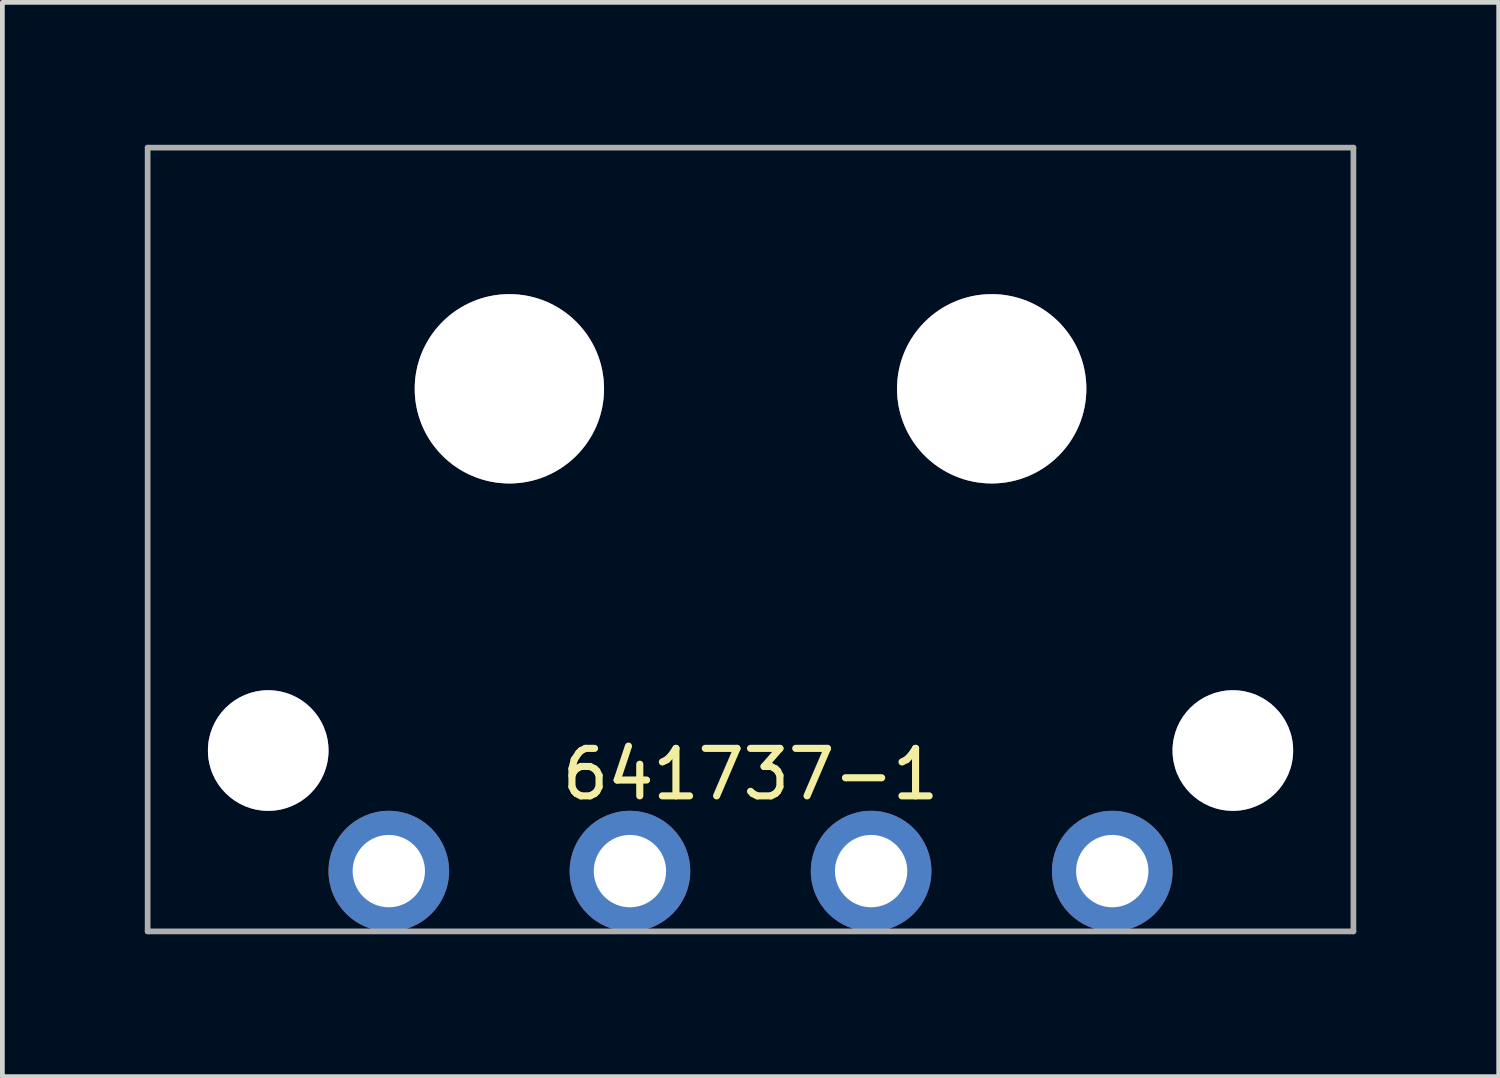
<source format=kicad_pcb>
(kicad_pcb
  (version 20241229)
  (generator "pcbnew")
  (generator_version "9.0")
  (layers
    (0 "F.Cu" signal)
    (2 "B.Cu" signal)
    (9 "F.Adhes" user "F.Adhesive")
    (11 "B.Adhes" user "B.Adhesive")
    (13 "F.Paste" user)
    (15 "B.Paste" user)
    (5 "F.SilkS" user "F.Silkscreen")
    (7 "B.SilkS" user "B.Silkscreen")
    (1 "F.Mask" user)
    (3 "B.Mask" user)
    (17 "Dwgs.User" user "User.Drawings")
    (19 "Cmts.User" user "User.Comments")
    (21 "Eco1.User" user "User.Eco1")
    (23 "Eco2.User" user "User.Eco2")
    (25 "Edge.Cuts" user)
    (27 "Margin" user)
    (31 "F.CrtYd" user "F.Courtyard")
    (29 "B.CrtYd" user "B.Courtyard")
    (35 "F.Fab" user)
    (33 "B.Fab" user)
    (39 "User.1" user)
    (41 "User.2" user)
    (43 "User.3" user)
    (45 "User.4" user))
  (footprint "641737-1"
    (layer "F.Cu")
    (at 12.76 12.76)
    (property "Reference" "641737-1" (at 0 0.5 0) (layer "F.SilkS") (effects (font (size 1 1) (thickness 0.15))))
    (attr through_hole)
    (fp_line (start -12.7 -12.7) (end -12.7 3.81) (stroke (width 0.12) (type solid)) (layer "F.Fab"))
    (fp_line (start -12.7 -12.7) (end 12.7 -12.7) (stroke (width 0.12) (type solid)) (layer "F.Fab"))
    (fp_line (start -12.7 3.81) (end 12.7 3.81) (stroke (width 0.12) (type solid)) (layer "F.Fab"))
    (fp_line (start 12.7 -12.7) (end 12.7 3.81) (stroke (width 0.12) (type solid)) (layer "F.Fab"))
    (pad "" thru_hole circle (at -10.16 0) (size 2.54 2.54) (drill 2.54) (layers "*.Cu" "*.Mask"))
    (pad "" thru_hole circle (at -5.08 -7.62) (size 3.988 3.988) (drill 3.988) (layers "*.Cu" "*.Mask"))
    (pad "" thru_hole circle (at 5.08 -7.62) (size 3.988 3.988) (drill 3.988) (layers "*.Cu" "*.Mask"))
    (pad "" thru_hole circle (at 10.16 0) (size 2.54 2.54) (drill 2.54) (layers "*.Cu" "*.Mask"))
    (pad "1" thru_hole circle (at 7.62 2.54) (size 2.54 2.54) (drill 1.524) (layers "*.Cu" "*.Mask"))
    (pad "2" thru_hole circle (at -2.54 2.54) (size 2.54 2.54) (drill 1.524) (layers "*.Cu" "*.Mask"))
    (pad "3" thru_hole circle (at 2.54 2.54) (size 2.54 2.54) (drill 1.524) (layers "*.Cu" "*.Mask"))
    (pad "4" thru_hole circle (at -7.62 2.54) (size 2.54 2.54) (drill 1.524) (layers "*.Cu" "*.Mask")))
  (gr_rect
    (start -3 -3)
    (end 28.52 19.63)
    (stroke (width 0.1) (type default))
    (fill no)
    (layer "Edge.Cuts")))
</source>
